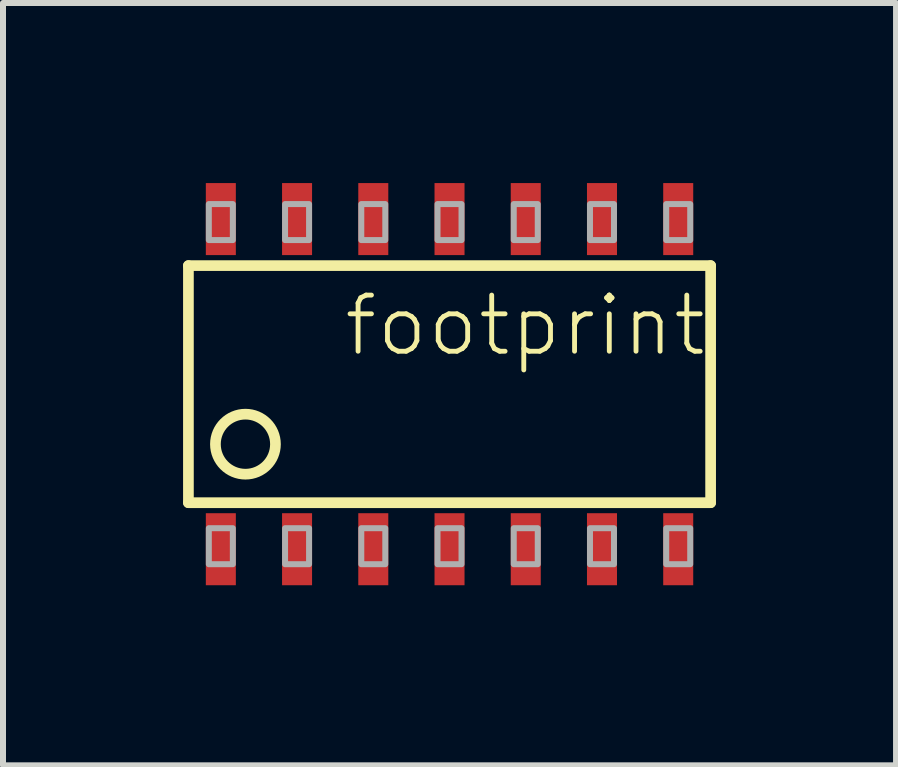
<source format=kicad_pcb>
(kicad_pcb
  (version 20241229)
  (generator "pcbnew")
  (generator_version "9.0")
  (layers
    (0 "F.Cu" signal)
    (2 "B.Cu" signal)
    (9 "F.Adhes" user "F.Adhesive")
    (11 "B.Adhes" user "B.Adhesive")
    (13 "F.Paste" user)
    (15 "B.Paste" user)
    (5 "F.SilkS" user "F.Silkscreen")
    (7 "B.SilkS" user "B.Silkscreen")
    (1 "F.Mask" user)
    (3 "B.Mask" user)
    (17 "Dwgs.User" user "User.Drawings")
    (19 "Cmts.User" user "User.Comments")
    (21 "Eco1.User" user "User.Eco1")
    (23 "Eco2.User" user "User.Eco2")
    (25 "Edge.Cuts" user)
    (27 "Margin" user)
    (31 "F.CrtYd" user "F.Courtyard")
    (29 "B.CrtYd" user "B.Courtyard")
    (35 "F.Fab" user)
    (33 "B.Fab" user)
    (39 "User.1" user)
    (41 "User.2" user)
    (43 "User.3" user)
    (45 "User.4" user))
  (footprint "footprint"
    (layer "F.Cu")
    (at 4.439 3.35)
    (property "Reference" "footprint" (at 4.318 -1.524 0) (layer "F.SilkS") (effects (font (size 0.935 0.935) (thickness 0.081)) (justify right top)))
    (fp_line (start -4.35 -1.975) (end 4.35 -1.975) (stroke (width 0.178) (type solid)) (layer "F.SilkS"))
    (fp_line (start -4.35 1.975) (end -4.35 -1.975) (stroke (width 0.178) (type solid)) (layer "F.SilkS"))
    (fp_line (start 4.35 -1.975) (end 4.35 1.975) (stroke (width 0.178) (type solid)) (layer "F.SilkS"))
    (fp_line (start 4.35 1.975) (end -4.35 1.975) (stroke (width 0.178) (type solid)) (layer "F.SilkS"))
    (fp_circle (center -3.4 1) (end -2.9 1) (stroke (width 0.178) (type solid)) (fill no) (layer "F.SilkS"))
    (fp_poly (pts (xy -4.01 -2.4) (xy -3.61 -2.4) (xy -3.61 -3) (xy -4.01 -3)) (stroke (width 0.1) (type solid)) (fill no) (layer "F.Fab"))
    (fp_poly (pts (xy -3.61 2.4) (xy -4.01 2.4) (xy -4.01 3) (xy -3.61 3)) (stroke (width 0.1) (type solid)) (fill no) (layer "F.Fab"))
    (fp_poly (pts (xy -2.74 -2.4) (xy -2.34 -2.4) (xy -2.34 -3) (xy -2.74 -3)) (stroke (width 0.1) (type solid)) (fill no) (layer "F.Fab"))
    (fp_poly (pts (xy -2.34 2.4) (xy -2.74 2.4) (xy -2.74 3) (xy -2.34 3)) (stroke (width 0.1) (type solid)) (fill no) (layer "F.Fab"))
    (fp_poly (pts (xy -1.47 -2.4) (xy -1.07 -2.4) (xy -1.07 -3) (xy -1.47 -3)) (stroke (width 0.1) (type solid)) (fill no) (layer "F.Fab"))
    (fp_poly (pts (xy -1.07 2.4) (xy -1.47 2.4) (xy -1.47 3) (xy -1.07 3)) (stroke (width 0.1) (type solid)) (fill no) (layer "F.Fab"))
    (fp_poly (pts (xy -0.2 -2.4) (xy 0.2 -2.4) (xy 0.2 -3) (xy -0.2 -3)) (stroke (width 0.1) (type solid)) (fill no) (layer "F.Fab"))
    (fp_poly (pts (xy 0.2 2.4) (xy -0.2 2.4) (xy -0.2 3) (xy 0.2 3)) (stroke (width 0.1) (type solid)) (fill no) (layer "F.Fab"))
    (fp_poly (pts (xy 1.07 -2.4) (xy 1.47 -2.4) (xy 1.47 -3) (xy 1.07 -3)) (stroke (width 0.1) (type solid)) (fill no) (layer "F.Fab"))
    (fp_poly (pts (xy 1.47 2.4) (xy 1.07 2.4) (xy 1.07 3) (xy 1.47 3)) (stroke (width 0.1) (type solid)) (fill no) (layer "F.Fab"))
    (fp_poly (pts (xy 2.34 -2.4) (xy 2.74 -2.4) (xy 2.74 -3) (xy 2.34 -3)) (stroke (width 0.1) (type solid)) (fill no) (layer "F.Fab"))
    (fp_poly (pts (xy 2.74 2.4) (xy 2.34 2.4) (xy 2.34 3) (xy 2.74 3)) (stroke (width 0.1) (type solid)) (fill no) (layer "F.Fab"))
    (fp_poly (pts (xy 3.61 -2.4) (xy 4.01 -2.4) (xy 4.01 -3) (xy 3.61 -3)) (stroke (width 0.1) (type solid)) (fill no) (layer "F.Fab"))
    (fp_poly (pts (xy 4.01 2.4) (xy 3.61 2.4) (xy 3.61 3) (xy 4.01 3)) (stroke (width 0.1) (type solid)) (fill no) (layer "F.Fab"))
    (pad "1" smd rect (at -3.81 2.75 180) (size 0.5 1.2) (layers "F.Cu" "F.Mask" "F.Paste"))
    (pad "2" smd rect (at -2.54 2.75 180) (size 0.5 1.2) (layers "F.Cu" "F.Mask" "F.Paste"))
    (pad "3" smd rect (at -1.27 2.75 180) (size 0.5 1.2) (layers "F.Cu" "F.Mask" "F.Paste"))
    (pad "4" smd rect (at 0 2.75 180) (size 0.5 1.2) (layers "F.Cu" "F.Mask" "F.Paste"))
    (pad "5" smd rect (at 1.27 2.75 180) (size 0.5 1.2) (layers "F.Cu" "F.Mask" "F.Paste"))
    (pad "6" smd rect (at 2.54 2.75 180) (size 0.5 1.2) (layers "F.Cu" "F.Mask" "F.Paste"))
    (pad "7" smd rect (at 3.81 2.75 180) (size 0.5 1.2) (layers "F.Cu" "F.Mask" "F.Paste"))
    (pad "8" smd rect (at 3.81 -2.75) (size 0.5 1.2) (layers "F.Cu" "F.Mask" "F.Paste"))
    (pad "9" smd rect (at 2.54 -2.75) (size 0.5 1.2) (layers "F.Cu" "F.Mask" "F.Paste"))
    (pad "10" smd rect (at 1.27 -2.75) (size 0.5 1.2) (layers "F.Cu" "F.Mask" "F.Paste"))
    (pad "11" smd rect (at 0 -2.75) (size 0.5 1.2) (layers "F.Cu" "F.Mask" "F.Paste"))
    (pad "12" smd rect (at -1.27 -2.75) (size 0.5 1.2) (layers "F.Cu" "F.Mask" "F.Paste"))
    (pad "13" smd rect (at -2.54 -2.75) (size 0.5 1.2) (layers "F.Cu" "F.Mask" "F.Paste"))
    (pad "14" smd rect (at -3.81 -2.75) (size 0.5 1.2) (layers "F.Cu" "F.Mask" "F.Paste")))
  (gr_rect
    (start -3 -3)
    (end 11.878 9.7)
    (stroke (width 0.1) (type default))
    (fill no)
    (layer "Edge.Cuts")))
</source>
